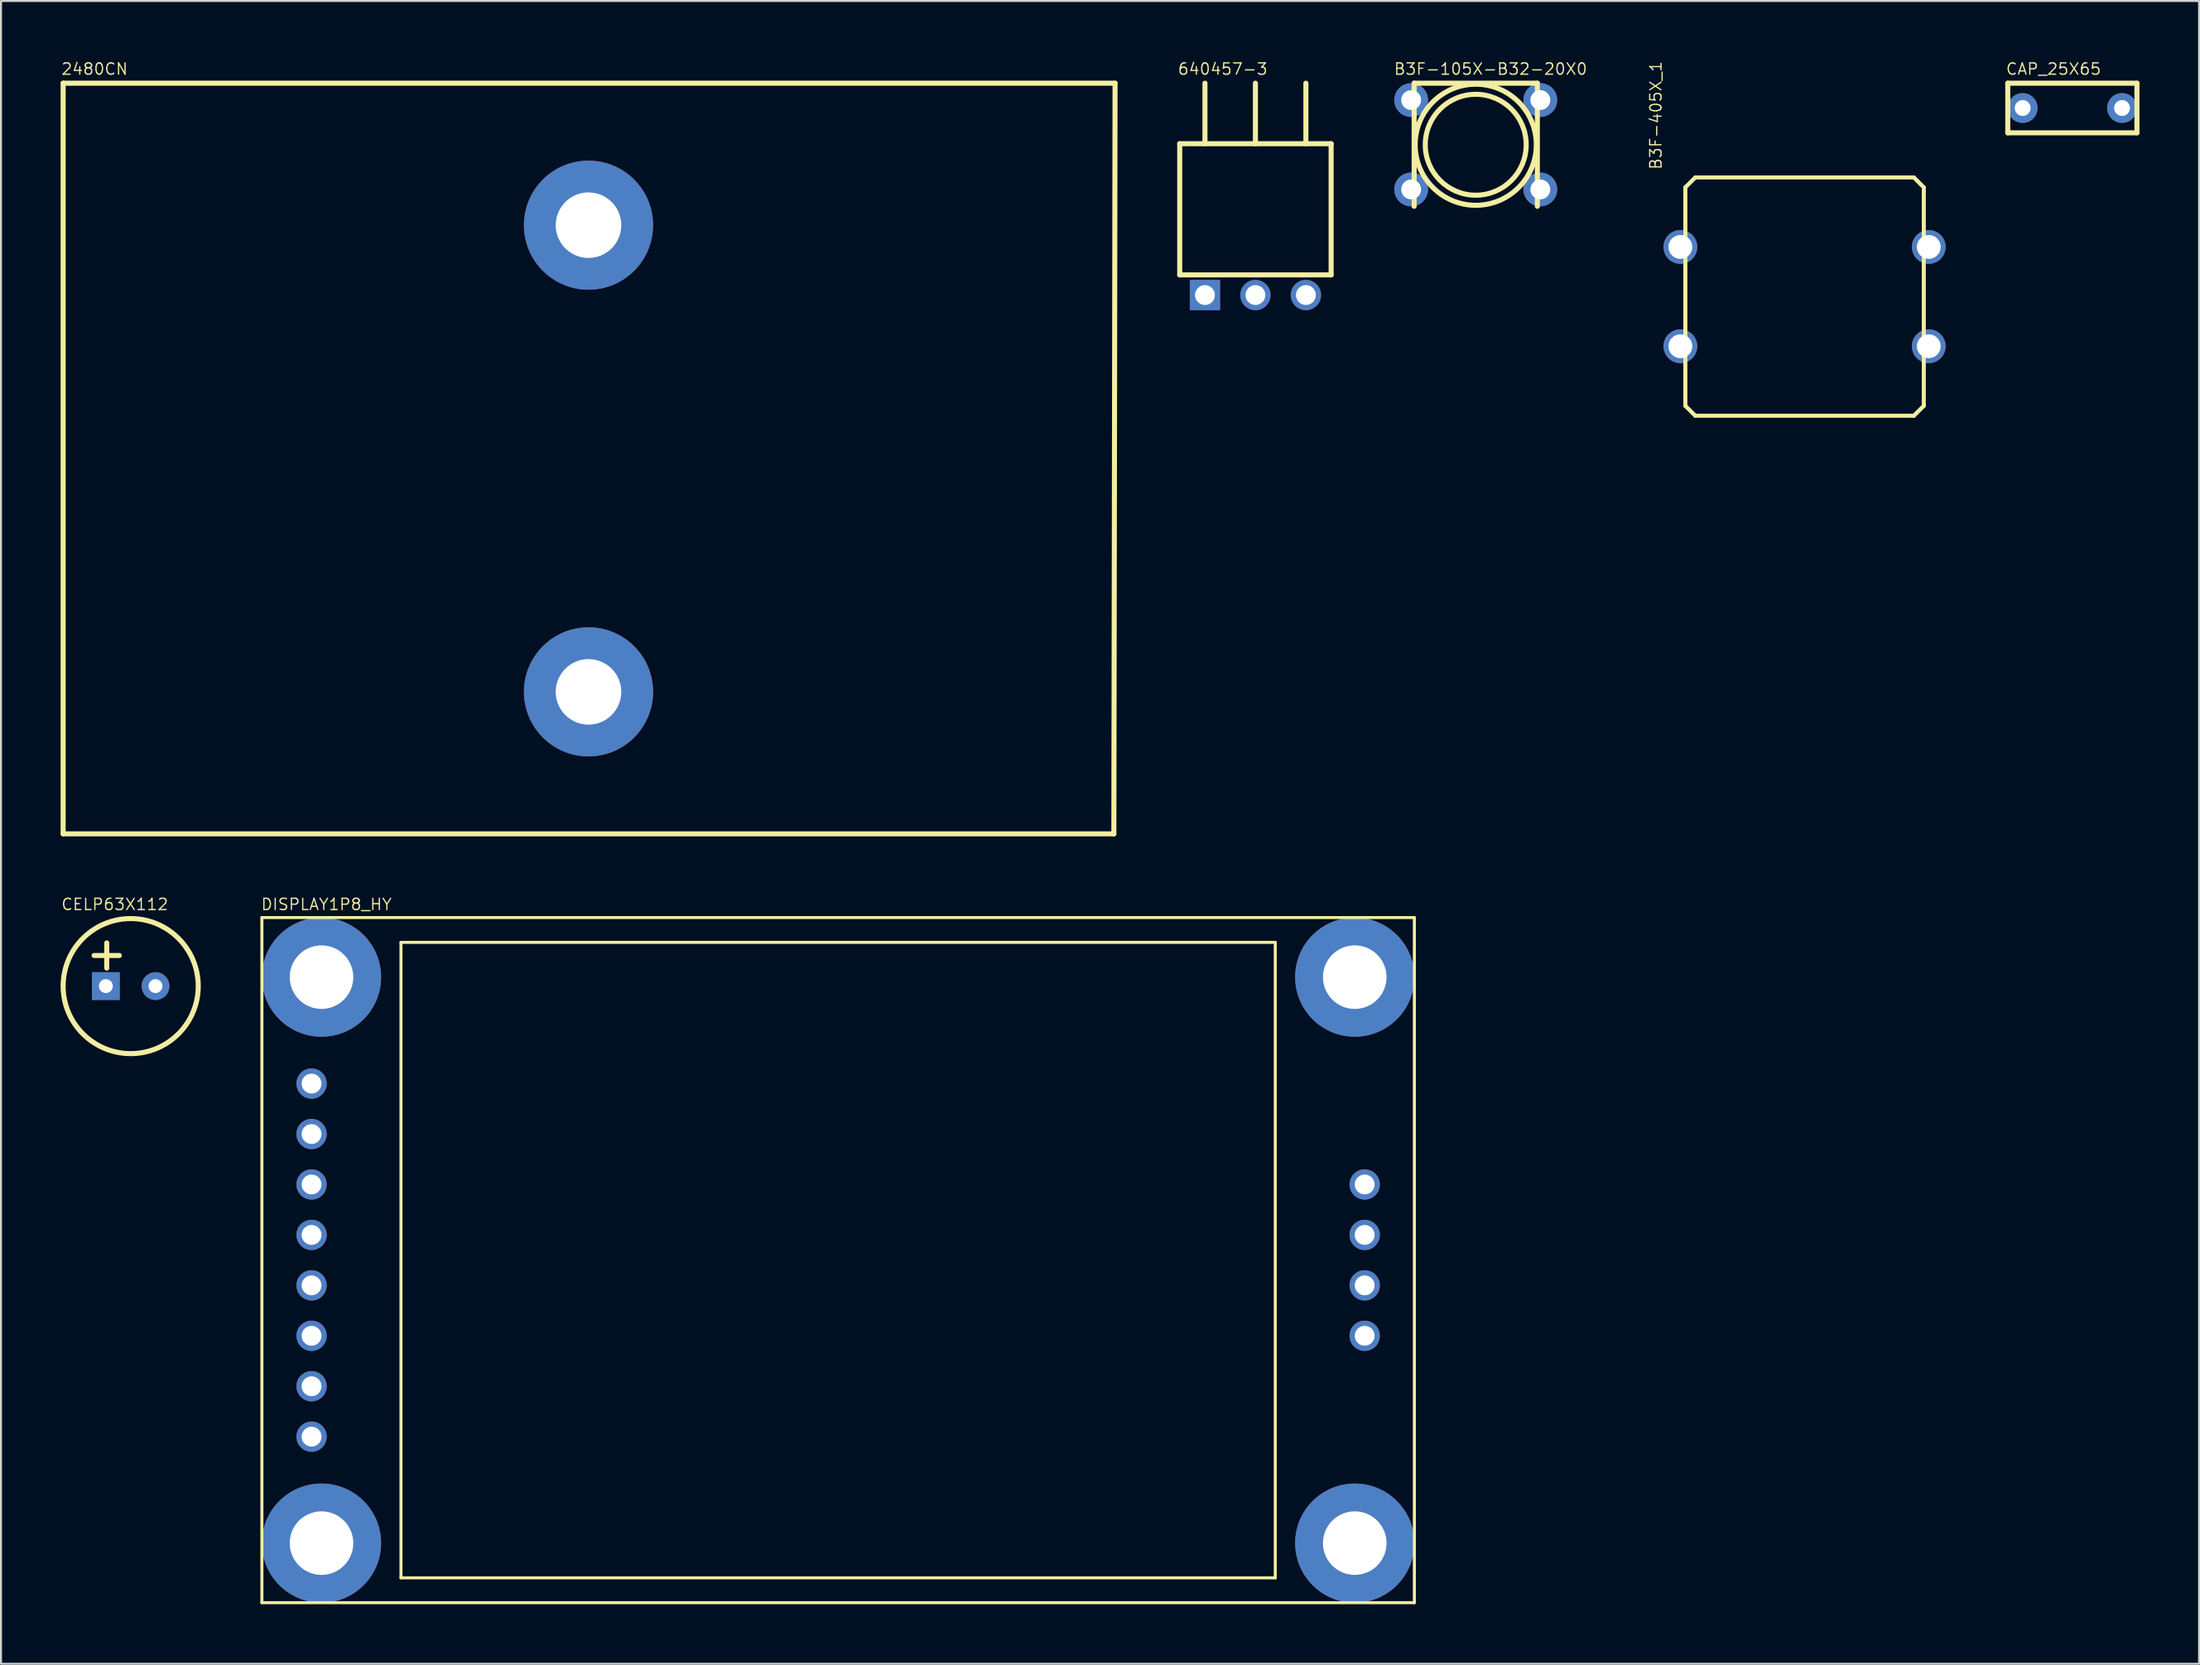
<source format=kicad_pcb>
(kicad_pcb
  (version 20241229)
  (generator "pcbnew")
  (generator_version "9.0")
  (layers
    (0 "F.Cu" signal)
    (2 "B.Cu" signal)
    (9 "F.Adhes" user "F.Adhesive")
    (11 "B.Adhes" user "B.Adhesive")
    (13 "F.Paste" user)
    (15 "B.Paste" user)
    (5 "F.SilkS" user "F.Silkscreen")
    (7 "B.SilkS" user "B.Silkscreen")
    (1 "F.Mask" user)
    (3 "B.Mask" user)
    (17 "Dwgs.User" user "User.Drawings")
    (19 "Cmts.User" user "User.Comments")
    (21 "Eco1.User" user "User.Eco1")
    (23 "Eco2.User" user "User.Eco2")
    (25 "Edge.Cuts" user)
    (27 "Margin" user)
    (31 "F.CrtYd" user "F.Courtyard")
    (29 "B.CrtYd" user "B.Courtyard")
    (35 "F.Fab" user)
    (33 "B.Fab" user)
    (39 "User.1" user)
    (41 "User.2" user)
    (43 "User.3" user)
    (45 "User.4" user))
  (footprint "CELP63X112"
    (layer "F.Cu")
    (at 3.527 46.605)
    (property "Reference" "CELP63X112" (at -3.527 -3.781 0) (layer "F.SilkS") (effects (font (size 0.57 0.57) (thickness 0.063)) (justify left bottom)))
    (attr through_hole)
    (fp_line (start -1.84 -1.54) (end -0.57 -1.54) (stroke (width 0.254) (type solid)) (layer "F.SilkS"))
    (fp_line (start -1.205 -0.905) (end -1.205 -2.175) (stroke (width 0.254) (type solid)) (layer "F.SilkS"))
    (fp_circle (center 0 0) (end 3.4 0) (stroke (width 0.254) (type solid)) (fill no) (layer "F.SilkS"))
    (pad "1" thru_hole rect (at -1.25 0) (size 1.4 1.4) (drill 0.7) (layers "*.Cu" "*.Mask"))
    (pad "2" thru_hole circle (at 1.25 0) (size 1.4 1.4) (drill 0.7) (layers "*.Cu" "*.Mask")))
  (footprint "DISPLAY1P8_HY"
    (layer "F.Cu")
    (at 39.13 60.404)
    (property "Reference" "DISPLAY1P8_HY" (at -29.076 -17.58 0) (layer "F.SilkS") (effects (font (size 0.57 0.57) (thickness 0.063)) (justify left bottom)))
    (attr through_hole)
    (fp_line (start -29 -17.25) (end 29 -17.25) (stroke (width 0.152) (type solid)) (layer "F.SilkS"))
    (fp_line (start -29 17.25) (end -29 -17.25) (stroke (width 0.152) (type solid)) (layer "F.SilkS"))
    (fp_line (start -29 17.25) (end 29 17.25) (stroke (width 0.152) (type solid)) (layer "F.SilkS"))
    (fp_line (start -22 -16) (end 22 -16) (stroke (width 0.152) (type solid)) (layer "F.SilkS"))
    (fp_line (start -22 16) (end -22 -16) (stroke (width 0.152) (type solid)) (layer "F.SilkS"))
    (fp_line (start -22 16) (end 22 16) (stroke (width 0.152) (type solid)) (layer "F.SilkS"))
    (fp_line (start 22 16) (end 22 -16) (stroke (width 0.152) (type solid)) (layer "F.SilkS"))
    (fp_line (start 29 17.25) (end 29 -17.25) (stroke (width 0.152) (type solid)) (layer "F.SilkS"))
    (pad "1" thru_hole circle (at -26.5 -8.89) (size 1.524 1.524) (drill 1) (layers "*.Cu" "*.Mask"))
    (pad "2" thru_hole circle (at -26.5 -6.35) (size 1.524 1.524) (drill 1) (layers "*.Cu" "*.Mask"))
    (pad "3" thru_hole circle (at -26.5 -3.81) (size 1.524 1.524) (drill 1) (layers "*.Cu" "*.Mask"))
    (pad "4" thru_hole circle (at -26.5 -1.27) (size 1.524 1.524) (drill 1) (layers "*.Cu" "*.Mask"))
    (pad "5" thru_hole circle (at -26.5 1.27) (size 1.524 1.524) (drill 1) (layers "*.Cu" "*.Mask"))
    (pad "6" thru_hole circle (at -26.5 3.81) (size 1.524 1.524) (drill 1) (layers "*.Cu" "*.Mask"))
    (pad "7" thru_hole circle (at -26.5 6.35) (size 1.524 1.524) (drill 1) (layers "*.Cu" "*.Mask"))
    (pad "8" thru_hole circle (at -26.5 8.89) (size 1.524 1.524) (drill 1) (layers "*.Cu" "*.Mask"))
    (pad "9" thru_hole circle (at 26.5 3.81) (size 1.524 1.524) (drill 1) (layers "*.Cu" "*.Mask"))
    (pad "10" thru_hole circle (at 26.5 1.27) (size 1.524 1.524) (drill 1) (layers "*.Cu" "*.Mask"))
    (pad "11" thru_hole circle (at 26.5 -1.27) (size 1.524 1.524) (drill 1) (layers "*.Cu" "*.Mask"))
    (pad "12" thru_hole circle (at 26.5 -3.81) (size 1.524 1.524) (drill 1) (layers "*.Cu" "*.Mask"))
    (pad "13" thru_hole circle (at -26 -14.25) (size 6 6) (drill 3.2) (layers "*.Cu" "*.Mask"))
    (pad "14" thru_hole circle (at -26 14.25) (size 6 6) (drill 3.2) (layers "*.Cu" "*.Mask"))
    (pad "15" thru_hole circle (at 26 14.25) (size 6 6) (drill 3.2) (layers "*.Cu" "*.Mask"))
    (pad "16" thru_hole circle (at 26 -14.25) (size 6 6) (drill 3.2) (layers "*.Cu" "*.Mask")))
  (footprint "B3F-105X-B32-20X0"
    (layer "F.Cu")
    (at 71.219 4.239)
    (property "Reference" "B3F-105X-B32-20X0" (at -4.151 -3.481 180) (layer "F.SilkS") (effects (font (size 0.57 0.57) (thickness 0.063)) (justify left bottom)))
    (attr through_hole)
    (fp_line (start -3.1 -3.1) (end 3.1 -3.1) (stroke (width 0.254) (type solid)) (layer "F.SilkS"))
    (fp_line (start -3.1 3.1) (end -3.1 -3.1) (stroke (width 0.254) (type solid)) (layer "F.SilkS"))
    (fp_line (start 3.1 3.1) (end 3.1 -3.1) (stroke (width 0.254) (type solid)) (layer "F.SilkS"))
    (fp_circle (center 0 0) (end 2.54 0) (stroke (width 0.254) (type solid)) (fill no) (layer "F.SilkS"))
    (fp_circle (center 0 0) (end 3.048 0) (stroke (width 0.254) (type solid)) (fill no) (layer "F.SilkS"))
    (pad "1" thru_hole circle (at 3.25 2.25) (size 1.7 1.7) (drill 1) (layers "*.Cu" "*.Mask"))
    (pad "2" thru_hole circle (at -3.25 2.25) (size 1.7 1.7) (drill 1) (layers "*.Cu" "*.Mask"))
    (pad "3" thru_hole circle (at 3.25 -2.25) (size 1.7 1.7) (drill 1) (layers "*.Cu" "*.Mask"))
    (pad "4" thru_hole circle (at -3.25 -2.25) (size 1.7 1.7) (drill 1) (layers "*.Cu" "*.Mask")))
  (footprint "B3F-405X_1"
    (layer "F.Cu")
    (at 87.768 11.885)
    (property "Reference" "B3F-405X_1" (at -7.151 -6.356 270) (layer "F.SilkS") (effects (font (size 0.57 0.57) (thickness 0.063)) (justify left bottom)))
    (attr through_hole)
    (fp_line (start -6 -5.5) (end -5.5 -6) (stroke (width 0.203) (type solid)) (layer "F.SilkS"))
    (fp_line (start -6 5.5) (end -6 -5.5) (stroke (width 0.203) (type solid)) (layer "F.SilkS"))
    (fp_line (start -6 5.5) (end -5.5 6) (stroke (width 0.203) (type solid)) (layer "F.SilkS"))
    (fp_line (start -5.5 -6) (end 5.5 -6) (stroke (width 0.203) (type solid)) (layer "F.SilkS"))
    (fp_line (start -5.5 6) (end 5.5 6) (stroke (width 0.203) (type solid)) (layer "F.SilkS"))
    (fp_line (start 5.5 -6) (end 6 -5.5) (stroke (width 0.203) (type solid)) (layer "F.SilkS"))
    (fp_line (start 5.5 6) (end 6 5.5) (stroke (width 0.203) (type solid)) (layer "F.SilkS"))
    (fp_line (start 6 5.5) (end 6 -5.5) (stroke (width 0.203) (type solid)) (layer "F.SilkS"))
    (pad "1" thru_hole circle (at 6.25 2.5) (size 1.7 1.7) (drill 1.2) (layers "*.Cu" "*.Mask"))
    (pad "2" thru_hole circle (at -6.25 2.5) (size 1.7 1.7) (drill 1.2) (layers "*.Cu" "*.Mask"))
    (pad "3" thru_hole circle (at 6.25 -2.5) (size 1.7 1.7) (drill 1.2) (layers "*.Cu" "*.Mask"))
    (pad "4" thru_hole circle (at -6.25 -2.5) (size 1.7 1.7) (drill 1.2) (layers "*.Cu" "*.Mask")))
  (footprint "CAP_25X65"
    (layer "F.Cu")
    (at 101.245 2.389)
    (property "Reference" "CAP_25X65" (at -3.377 -1.631 0) (layer "F.SilkS") (effects (font (size 0.57 0.57) (thickness 0.063)) (justify left bottom)))
    (attr through_hole)
    (fp_line (start -3.25 -1.25) (end 3.25 -1.25) (stroke (width 0.254) (type solid)) (layer "F.SilkS"))
    (fp_line (start -3.25 1.25) (end -3.25 -1.25) (stroke (width 0.254) (type solid)) (layer "F.SilkS"))
    (fp_line (start -3.25 1.25) (end 3.25 1.25) (stroke (width 0.254) (type solid)) (layer "F.SilkS"))
    (fp_line (start 3.25 1.25) (end 3.25 -1.25) (stroke (width 0.254) (type solid)) (layer "F.SilkS"))
    (pad "1" thru_hole circle (at -2.5 0) (size 1.5 1.5) (drill 0.8) (layers "*.Cu" "*.Mask"))
    (pad "2" thru_hole circle (at 2.5 0) (size 1.5 1.5) (drill 0.8) (layers "*.Cu" "*.Mask")))
  (footprint "2480CN"
    (layer "F.Cu")
    (at 26.567 20.039)
    (property "Reference" "2480CN" (at -26.567 -19.281 180) (layer "F.SilkS") (effects (font (size 0.57 0.57) (thickness 0.063)) (justify left bottom)))
    (attr through_hole)
    (fp_line (start -26.44 -18.9) (end 26.5 -18.9) (stroke (width 0.254) (type solid)) (layer "F.SilkS"))
    (fp_line (start -26.44 18.9) (end -26.44 -18.9) (stroke (width 0.254) (type solid)) (layer "F.SilkS"))
    (fp_line (start -26.44 18.9) (end 26.44 18.9) (stroke (width 0.254) (type solid)) (layer "F.SilkS"))
    (fp_line (start 26.44 18.9) (end 26.5 -18.9) (stroke (width 0.254) (type solid)) (layer "F.SilkS"))
    (pad "1" thru_hole circle (at 0 -11.75) (size 6.5 6.5) (drill 3.3) (layers "*.Cu" "*.Mask"))
    (pad "2" thru_hole circle (at 0 11.75) (size 6.5 6.5) (drill 3.3) (layers "*.Cu" "*.Mask")))
  (footprint "640457-3"
    (layer "F.Cu")
    (at 60.131 11.807)
    (property "Reference" "640457-3" (at -3.937 -11.049 0) (layer "F.SilkS") (effects (font (size 0.57 0.57) (thickness 0.063)) (justify left bottom)))
    (attr through_hole)
    (fp_line (start -3.81 -7.62) (end 3.81 -7.62) (stroke (width 0.254) (type solid)) (layer "F.SilkS"))
    (fp_line (start -3.81 -1.016) (end -3.81 -7.62) (stroke (width 0.254) (type solid)) (layer "F.SilkS"))
    (fp_line (start -3.81 -1.016) (end 3.81 -1.016) (stroke (width 0.254) (type solid)) (layer "F.SilkS"))
    (fp_line (start -2.54 -7.62) (end -2.54 -10.668) (stroke (width 0.254) (type solid)) (layer "F.SilkS"))
    (fp_line (start 0 -7.62) (end 0 -10.668) (stroke (width 0.254) (type solid)) (layer "F.SilkS"))
    (fp_line (start 2.54 -7.62) (end 2.54 -10.668) (stroke (width 0.254) (type solid)) (layer "F.SilkS"))
    (fp_line (start 3.81 -1.016) (end 3.81 -7.62) (stroke (width 0.254) (type solid)) (layer "F.SilkS"))
    (pad "1" thru_hole rect (at -2.54 0) (size 1.524 1.524) (drill 1) (layers "*.Cu" "*.Mask"))
    (pad "2" thru_hole circle (at 0 0) (size 1.524 1.524) (drill 1) (layers "*.Cu" "*.Mask"))
    (pad "3" thru_hole circle (at 2.54 0) (size 1.524 1.524) (drill 1) (layers "*.Cu" "*.Mask")))
  (gr_rect
    (start -3 -3)
    (end 107.622 80.731)
    (stroke (width 0.1) (type default))
    (fill no)
    (layer "Edge.Cuts")))
</source>
